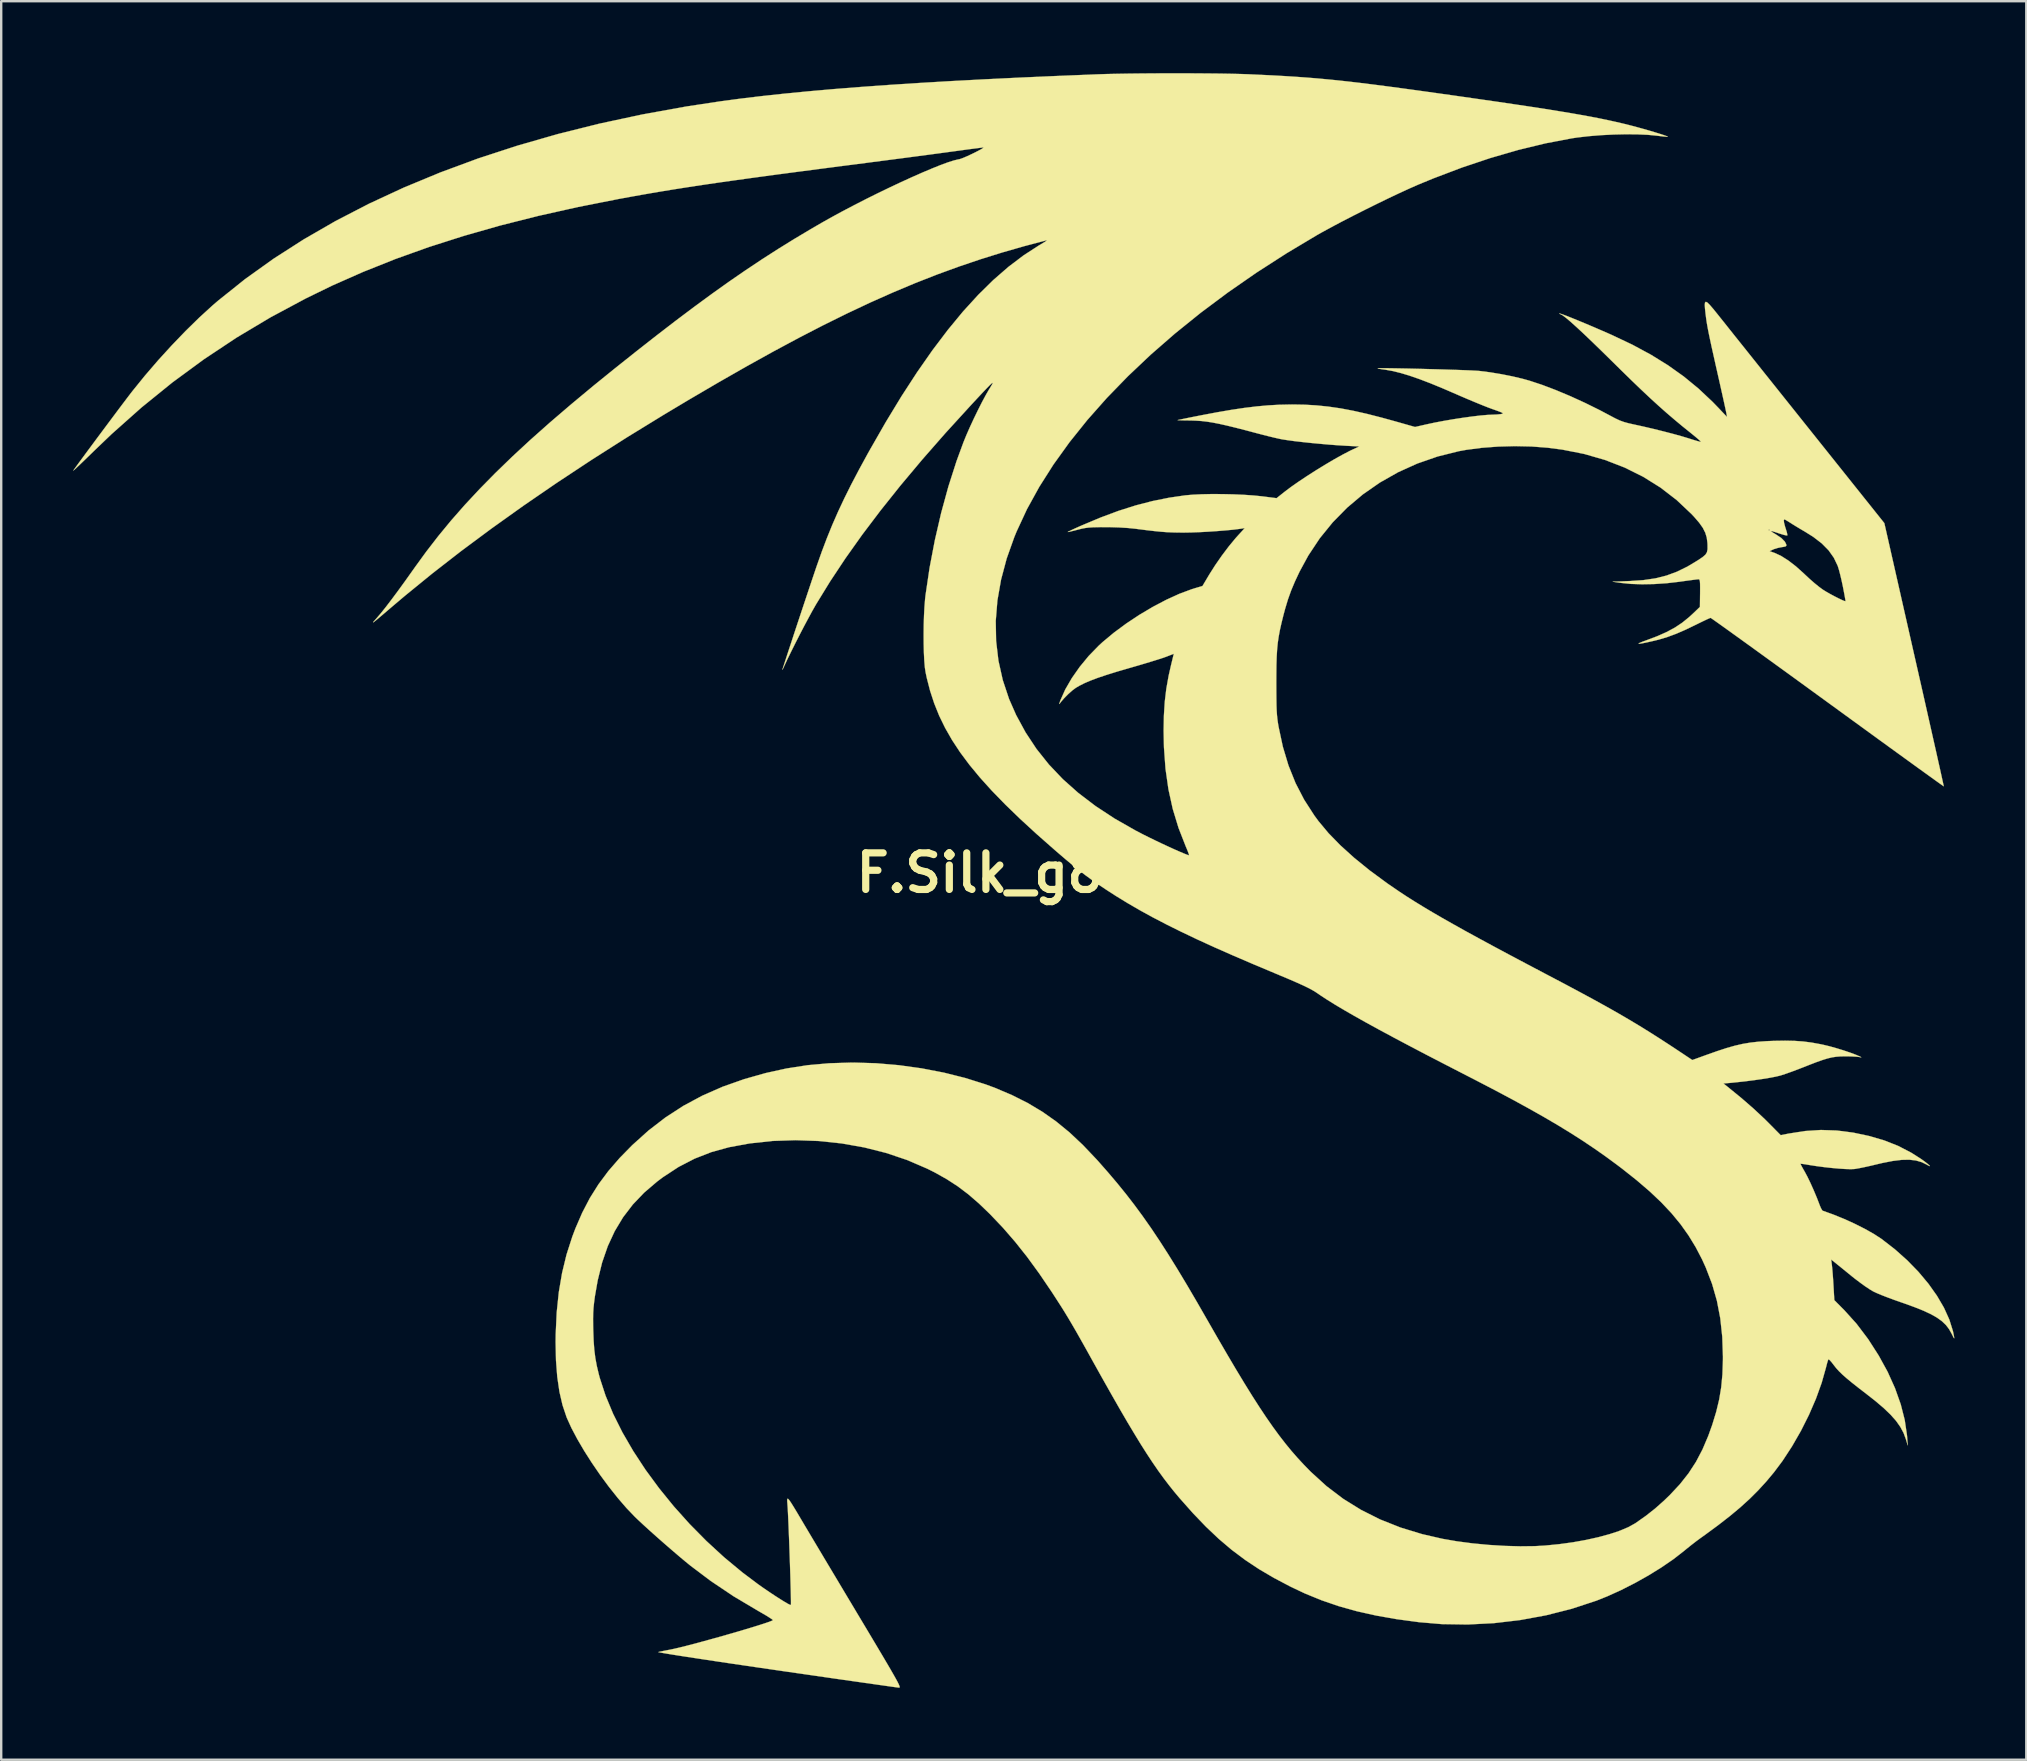
<source format=kicad_pcb>
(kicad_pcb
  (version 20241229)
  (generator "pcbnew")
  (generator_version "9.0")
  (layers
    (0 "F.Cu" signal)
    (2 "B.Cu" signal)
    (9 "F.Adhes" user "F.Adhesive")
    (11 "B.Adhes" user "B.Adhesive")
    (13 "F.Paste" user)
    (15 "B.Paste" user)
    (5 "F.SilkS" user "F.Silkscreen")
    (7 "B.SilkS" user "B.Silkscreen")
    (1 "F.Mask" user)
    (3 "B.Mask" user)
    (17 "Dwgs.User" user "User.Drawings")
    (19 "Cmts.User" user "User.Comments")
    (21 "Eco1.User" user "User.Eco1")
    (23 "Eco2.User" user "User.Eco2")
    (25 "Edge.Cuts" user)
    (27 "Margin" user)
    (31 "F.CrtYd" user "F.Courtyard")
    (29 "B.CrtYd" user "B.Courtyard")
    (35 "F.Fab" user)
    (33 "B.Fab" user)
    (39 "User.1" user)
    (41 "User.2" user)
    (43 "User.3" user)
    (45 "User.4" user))
  (footprint "F.Silk_g858"
    (layer "F.Cu")
    (at 39.225 33.319)
    (property "Reference" "F.Silk_g858" (at 0 0 0) (layer "F.SilkS") (effects (font (size 1.524 1.524) (thickness 0.3))))
    (attr through_hole)
    (fp_poly (pts (xy 7.534 -33.312) (xy 8.074 -33.308) (xy 8.58 -33.303) (xy 9.04 -33.295) (xy 9.44 -33.285) (xy 9.768 -33.274) (xy 9.779 -33.273) (xy 10.302 -33.249) (xy 10.792 -33.225) (xy 11.254 -33.199) (xy 11.698 -33.171) (xy 12.132 -33.14) (xy 12.562 -33.106) (xy 12.997 -33.066) (xy 13.445 -33.022) (xy 13.913 -32.971) (xy 14.41 -32.913) (xy 14.943 -32.847) (xy 15.52 -32.772) (xy 16.149 -32.688) (xy 16.838 -32.594) (xy 17.594 -32.488) (xy 18.426 -32.371) (xy 18.472 -32.364) (xy 19.346 -32.239) (xy 20.143 -32.124) (xy 20.866 -32.017) (xy 21.523 -31.919) (xy 22.118 -31.827) (xy 22.658 -31.74) (xy 23.149 -31.659) (xy 23.594 -31.581) (xy 24.002 -31.507) (xy 24.376 -31.434) (xy 24.724 -31.362) (xy 25.05 -31.29) (xy 25.36 -31.218) (xy 25.66 -31.143) (xy 25.691 -31.135) (xy 25.928 -31.072) (xy 26.178 -31.003) (xy 26.427 -30.932) (xy 26.662 -30.862) (xy 26.872 -30.797) (xy 27.042 -30.742) (xy 27.16 -30.7) (xy 27.213 -30.675) (xy 27.214 -30.671) (xy 27.169 -30.671) (xy 27.057 -30.68) (xy 26.898 -30.698) (xy 26.755 -30.716) (xy 26.379 -30.752) (xy 25.94 -30.771) (xy 25.456 -30.775) (xy 24.947 -30.763) (xy 24.432 -30.737) (xy 23.929 -30.696) (xy 23.458 -30.642) (xy 23.21 -30.605) (xy 22.119 -30.397) (xy 20.988 -30.123) (xy 19.825 -29.786) (xy 18.641 -29.39) (xy 17.445 -28.936) (xy 16.813 -28.676) (xy 16.457 -28.519) (xy 16.042 -28.329) (xy 15.585 -28.113) (xy 15.101 -27.878) (xy 14.606 -27.633) (xy 14.115 -27.385) (xy 13.643 -27.142) (xy 13.208 -26.911) (xy 12.823 -26.701) (xy 12.615 -26.584) (xy 11.321 -25.811) (xy 10.078 -25.011) (xy 8.89 -24.187) (xy 7.757 -23.341) (xy 6.683 -22.475) (xy 5.671 -21.593) (xy 4.723 -20.696) (xy 3.841 -19.788) (xy 3.028 -18.87) (xy 2.286 -17.945) (xy 1.618 -17.016) (xy 1.027 -16.085) (xy 0.514 -15.155) (xy 0.083 -14.227) (xy -0.014 -13.991) (xy -0.332 -13.098) (xy -0.566 -12.218) (xy -0.718 -11.351) (xy -0.787 -10.5) (xy -0.772 -9.663) (xy -0.675 -8.841) (xy -0.495 -8.035) (xy -0.232 -7.245) (xy 0.062 -6.577) (xy 0.458 -5.849) (xy 0.911 -5.164) (xy 1.426 -4.518) (xy 2.005 -3.908) (xy 2.652 -3.332) (xy 3.37 -2.785) (xy 4.162 -2.265) (xy 5.032 -1.769) (xy 5.364 -1.596) (xy 5.607 -1.475) (xy 5.868 -1.348) (xy 6.136 -1.22) (xy 6.399 -1.098) (xy 6.646 -0.985) (xy 6.867 -0.888) (xy 7.05 -0.81) (xy 7.184 -0.757) (xy 7.258 -0.734) (xy 7.268 -0.734) (xy 7.259 -0.777) (xy 7.222 -0.879) (xy 7.164 -1.023) (xy 7.129 -1.105) (xy 6.827 -1.878) (xy 6.587 -2.667) (xy 6.408 -3.482) (xy 6.286 -4.335) (xy 6.221 -5.236) (xy 6.207 -5.927) (xy 6.219 -6.557) (xy 6.255 -7.132) (xy 6.32 -7.676) (xy 6.416 -8.214) (xy 6.512 -8.639) (xy 6.631 -9.129) (xy 6.314 -9.006) (xy 6.191 -8.962) (xy 6 -8.9) (xy 5.755 -8.824) (xy 5.469 -8.737) (xy 5.156 -8.644) (xy 4.83 -8.55) (xy 4.766 -8.531) (xy 4.261 -8.384) (xy 3.831 -8.25) (xy 3.467 -8.128) (xy 3.162 -8.013) (xy 2.907 -7.904) (xy 2.694 -7.796) (xy 2.547 -7.709) (xy 2.401 -7.6) (xy 2.234 -7.451) (xy 2.071 -7.287) (xy 1.936 -7.132) (xy 1.874 -7.047) (xy 1.859 -7.036) (xy 1.873 -7.093) (xy 1.905 -7.186) (xy 2.109 -7.643) (xy 2.382 -8.114) (xy 2.712 -8.585) (xy 3.088 -9.041) (xy 3.5 -9.465) (xy 3.661 -9.613) (xy 4.135 -10.008) (xy 4.653 -10.391) (xy 5.199 -10.753) (xy 5.759 -11.085) (xy 6.316 -11.378) (xy 6.857 -11.625) (xy 7.366 -11.815) (xy 7.515 -11.862) (xy 7.825 -11.953) (xy 8.108 -12.429) (xy 8.354 -12.817) (xy 8.633 -13.219) (xy 8.925 -13.606) (xy 9.212 -13.953) (xy 9.318 -14.071) (xy 9.586 -14.363) (xy 9.397 -14.336) (xy 9.139 -14.303) (xy 8.818 -14.272) (xy 8.458 -14.243) (xy 8.079 -14.217) (xy 7.705 -14.197) (xy 7.358 -14.184) (xy 7.07 -14.179) (xy 6.806 -14.18) (xy 6.569 -14.186) (xy 6.34 -14.196) (xy 6.103 -14.214) (xy 5.84 -14.24) (xy 5.534 -14.275) (xy 5.166 -14.321) (xy 5.038 -14.338) (xy 4.725 -14.37) (xy 4.357 -14.393) (xy 3.966 -14.405) (xy 3.768 -14.406) (xy 3.484 -14.404) (xy 3.264 -14.399) (xy 3.09 -14.388) (xy 2.941 -14.369) (xy 2.797 -14.341) (xy 2.638 -14.302) (xy 2.625 -14.298) (xy 2.453 -14.254) (xy 2.315 -14.221) (xy 2.229 -14.203) (xy 2.21 -14.202) (xy 2.242 -14.222) (xy 2.339 -14.27) (xy 2.487 -14.339) (xy 2.674 -14.423) (xy 2.782 -14.471) (xy 3.576 -14.804) (xy 4.325 -15.083) (xy 5.043 -15.311) (xy 5.745 -15.493) (xy 6.446 -15.634) (xy 7.106 -15.73) (xy 7.415 -15.757) (xy 7.789 -15.775) (xy 8.209 -15.784) (xy 8.654 -15.782) (xy 9.107 -15.772) (xy 9.548 -15.753) (xy 9.957 -15.725) (xy 10.315 -15.689) (xy 10.335 -15.686) (xy 10.913 -15.613) (xy 11.244 -15.876) (xy 11.508 -16.075) (xy 11.826 -16.298) (xy 12.183 -16.536) (xy 12.562 -16.778) (xy 12.947 -17.014) (xy 13.321 -17.235) (xy 13.67 -17.429) (xy 13.975 -17.588) (xy 14.113 -17.653) (xy 14.361 -17.767) (xy 13.83 -17.795) (xy 13.483 -17.816) (xy 13.109 -17.844) (xy 12.723 -17.878) (xy 12.34 -17.914) (xy 11.974 -17.953) (xy 11.641 -17.992) (xy 11.356 -18.031) (xy 11.133 -18.066) (xy 11.049 -18.083) (xy 10.844 -18.129) (xy 10.591 -18.19) (xy 10.323 -18.258) (xy 10.097 -18.317) (xy 9.608 -18.447) (xy 9.19 -18.554) (xy 8.832 -18.641) (xy 8.523 -18.71) (xy 8.252 -18.763) (xy 8.009 -18.801) (xy 7.784 -18.827) (xy 7.565 -18.842) (xy 7.342 -18.85) (xy 7.272 -18.851) (xy 7.08 -18.853) (xy 6.924 -18.857) (xy 6.82 -18.861) (xy 6.786 -18.865) (xy 6.828 -18.875) (xy 6.942 -18.899) (xy 7.116 -18.935) (xy 7.337 -18.98) (xy 7.596 -19.031) (xy 7.768 -19.065) (xy 8.435 -19.191) (xy 9.035 -19.294) (xy 9.579 -19.375) (xy 10.082 -19.436) (xy 10.557 -19.479) (xy 11.017 -19.505) (xy 11.474 -19.515) (xy 11.584 -19.516) (xy 12.09 -19.507) (xy 12.582 -19.478) (xy 13.072 -19.428) (xy 13.576 -19.355) (xy 14.105 -19.255) (xy 14.674 -19.127) (xy 15.295 -18.968) (xy 15.866 -18.811) (xy 16.682 -18.579) (xy 17.157 -18.687) (xy 17.506 -18.762) (xy 17.887 -18.834) (xy 18.284 -18.902) (xy 18.679 -18.963) (xy 19.058 -19.015) (xy 19.403 -19.056) (xy 19.7 -19.082) (xy 19.931 -19.092) (xy 19.944 -19.092) (xy 20.1 -19.099) (xy 20.245 -19.114) (xy 20.278 -19.12) (xy 20.329 -19.133) (xy 20.341 -19.151) (xy 20.305 -19.176) (xy 20.213 -19.215) (xy 20.056 -19.273) (xy 19.913 -19.323) (xy 19.726 -19.392) (xy 19.481 -19.489) (xy 19.197 -19.605) (xy 18.891 -19.733) (xy 18.583 -19.865) (xy 18.436 -19.929) (xy 17.849 -20.183) (xy 17.327 -20.398) (xy 16.864 -20.575) (xy 16.451 -20.718) (xy 16.081 -20.829) (xy 15.746 -20.911) (xy 15.439 -20.966) (xy 15.354 -20.977) (xy 15.226 -20.996) (xy 15.143 -21.013) (xy 15.124 -21.022) (xy 15.17 -21.027) (xy 15.292 -21.028) (xy 15.478 -21.028) (xy 15.719 -21.025) (xy 16.005 -21.02) (xy 16.328 -21.014) (xy 16.675 -21.006) (xy 17.039 -20.997) (xy 17.408 -20.987) (xy 17.774 -20.977) (xy 18.125 -20.966) (xy 18.454 -20.956) (xy 18.749 -20.945) (xy 19.001 -20.935) (xy 19.199 -20.925) (xy 19.335 -20.916) (xy 19.367 -20.913) (xy 19.808 -20.857) (xy 20.275 -20.78) (xy 20.739 -20.688) (xy 21.169 -20.586) (xy 21.447 -20.509) (xy 21.974 -20.335) (xy 22.55 -20.116) (xy 23.156 -19.862) (xy 23.772 -19.58) (xy 24.381 -19.279) (xy 24.8 -19.057) (xy 25.026 -18.937) (xy 25.212 -18.85) (xy 25.388 -18.786) (xy 25.584 -18.732) (xy 25.776 -18.689) (xy 26.188 -18.599) (xy 26.616 -18.499) (xy 27.039 -18.394) (xy 27.439 -18.29) (xy 27.796 -18.191) (xy 28.091 -18.102) (xy 28.109 -18.096) (xy 28.295 -18.037) (xy 28.45 -17.992) (xy 28.556 -17.964) (xy 28.598 -17.959) (xy 28.573 -17.989) (xy 28.493 -18.062) (xy 28.369 -18.167) (xy 28.213 -18.295) (xy 28.161 -18.337) (xy 27.813 -18.617) (xy 27.481 -18.894) (xy 27.153 -19.175) (xy 26.821 -19.47) (xy 26.475 -19.786) (xy 26.106 -20.133) (xy 25.704 -20.519) (xy 25.26 -20.953) (xy 24.956 -21.253) (xy 24.486 -21.715) (xy 24.073 -22.116) (xy 23.717 -22.456) (xy 23.415 -22.737) (xy 23.168 -22.959) (xy 22.974 -23.123) (xy 22.833 -23.229) (xy 22.744 -23.279) (xy 22.723 -23.283) (xy 22.695 -23.299) (xy 22.7 -23.307) (xy 22.745 -23.298) (xy 22.858 -23.26) (xy 23.03 -23.195) (xy 23.25 -23.107) (xy 23.509 -23.001) (xy 23.798 -22.881) (xy 24.108 -22.75) (xy 24.427 -22.612) (xy 24.748 -22.472) (xy 24.892 -22.408) (xy 25.738 -22.007) (xy 26.511 -21.59) (xy 27.221 -21.151) (xy 27.879 -20.683) (xy 28.495 -20.177) (xy 29.08 -19.626) (xy 29.329 -19.369) (xy 29.682 -18.996) (xy 29.653 -19.16) (xy 29.636 -19.241) (xy 29.604 -19.392) (xy 29.558 -19.604) (xy 29.5 -19.866) (xy 29.433 -20.166) (xy 29.36 -20.493) (xy 29.308 -20.722) (xy 29.201 -21.195) (xy 29.112 -21.595) (xy 29.037 -21.93) (xy 28.977 -22.21) (xy 28.928 -22.443) (xy 28.889 -22.639) (xy 28.858 -22.806) (xy 28.833 -22.954) (xy 28.813 -23.091) (xy 28.796 -23.226) (xy 28.788 -23.285) (xy 28.764 -23.506) (xy 28.754 -23.666) (xy 28.764 -23.762) (xy 28.798 -23.795) (xy 28.862 -23.765) (xy 28.96 -23.669) (xy 29.099 -23.508) (xy 29.283 -23.281) (xy 29.34 -23.209) (xy 29.436 -23.089) (xy 29.581 -22.908) (xy 29.77 -22.67) (xy 30 -22.381) (xy 30.268 -22.046) (xy 30.568 -21.67) (xy 30.897 -21.258) (xy 31.251 -20.814) (xy 31.627 -20.344) (xy 32.019 -19.853) (xy 32.424 -19.346) (xy 32.838 -18.827) (xy 33.053 -18.558) (xy 36.236 -14.573) (xy 37.478 -9.096) (xy 37.629 -8.431) (xy 37.775 -7.788) (xy 37.914 -7.173) (xy 38.045 -6.591) (xy 38.168 -6.047) (xy 38.281 -5.544) (xy 38.384 -5.089) (xy 38.474 -4.685) (xy 38.552 -4.338) (xy 38.615 -4.053) (xy 38.663 -3.833) (xy 38.696 -3.685) (xy 38.711 -3.613) (xy 38.712 -3.607) (xy 38.677 -3.63) (xy 38.578 -3.7) (xy 38.418 -3.814) (xy 38.201 -3.97) (xy 37.931 -4.164) (xy 37.612 -4.394) (xy 37.248 -4.658) (xy 36.843 -4.951) (xy 36.4 -5.272) (xy 35.923 -5.618) (xy 35.417 -5.986) (xy 34.884 -6.373) (xy 34.33 -6.776) (xy 33.871 -7.11) (xy 33.301 -7.524) (xy 32.75 -7.925) (xy 32.221 -8.309) (xy 31.718 -8.673) (xy 31.246 -9.015) (xy 30.808 -9.332) (xy 30.407 -9.621) (xy 30.049 -9.879) (xy 29.736 -10.104) (xy 29.474 -10.292) (xy 29.264 -10.441) (xy 29.113 -10.548) (xy 29.023 -10.61) (xy 28.997 -10.626) (xy 28.946 -10.608) (xy 28.834 -10.558) (xy 28.676 -10.483) (xy 28.485 -10.39) (xy 28.394 -10.345) (xy 27.953 -10.132) (xy 27.561 -9.962) (xy 27.198 -9.828) (xy 26.845 -9.722) (xy 26.658 -9.675) (xy 26.371 -9.61) (xy 26.164 -9.567) (xy 26.038 -9.547) (xy 25.992 -9.551) (xy 26.027 -9.577) (xy 26.143 -9.626) (xy 26.31 -9.687) (xy 26.772 -9.861) (xy 27.166 -10.036) (xy 27.508 -10.22) (xy 27.814 -10.424) (xy 28.1 -10.656) (xy 28.244 -10.788) (xy 28.552 -11.082) (xy 28.559 -11.658) (xy 28.56 -11.891) (xy 28.558 -12.052) (xy 28.551 -12.153) (xy 28.536 -12.209) (xy 28.514 -12.232) (xy 28.496 -12.234) (xy 28.433 -12.229) (xy 28.301 -12.213) (xy 28.115 -12.188) (xy 27.891 -12.158) (xy 27.686 -12.129) (xy 27.175 -12.07) (xy 26.656 -12.035) (xy 26.152 -12.025) (xy 25.683 -12.04) (xy 25.274 -12.081) (xy 25.273 -12.081) (xy 24.913 -12.132) (xy 25.633 -12.16) (xy 26.194 -12.198) (xy 26.695 -12.272) (xy 27.156 -12.387) (xy 27.596 -12.549) (xy 28.034 -12.764) (xy 28.49 -13.039) (xy 28.502 -13.047) (xy 28.673 -13.164) (xy 28.784 -13.261) (xy 28.845 -13.362) (xy 28.854 -13.405) (xy 31.456 -13.405) (xy 31.663 -13.332) (xy 31.929 -13.21) (xy 32.229 -13.02) (xy 32.553 -12.771) (xy 32.89 -12.468) (xy 32.935 -12.425) (xy 33.125 -12.248) (xy 33.325 -12.073) (xy 33.515 -11.919) (xy 33.671 -11.804) (xy 33.69 -11.792) (xy 33.829 -11.706) (xy 33.994 -11.613) (xy 34.168 -11.52) (xy 34.333 -11.436) (xy 34.475 -11.369) (xy 34.575 -11.328) (xy 34.618 -11.32) (xy 34.614 -11.363) (xy 34.595 -11.475) (xy 34.565 -11.639) (xy 34.526 -11.842) (xy 34.507 -11.941) (xy 34.455 -12.183) (xy 34.4 -12.417) (xy 34.347 -12.62) (xy 34.301 -12.769) (xy 34.292 -12.795) (xy 34.131 -13.132) (xy 33.913 -13.44) (xy 33.63 -13.727) (xy 33.275 -14) (xy 32.935 -14.213) (xy 32.744 -14.325) (xy 32.548 -14.443) (xy 32.38 -14.547) (xy 32.334 -14.577) (xy 32.209 -14.655) (xy 32.114 -14.711) (xy 32.07 -14.732) (xy 32.07 -14.732) (xy 32.047 -14.695) (xy 32.057 -14.592) (xy 32.098 -14.433) (xy 32.131 -14.33) (xy 32.172 -14.197) (xy 32.193 -14.098) (xy 32.192 -14.059) (xy 32.144 -14.061) (xy 32.036 -14.087) (xy 31.89 -14.131) (xy 31.843 -14.147) (xy 31.691 -14.198) (xy 31.573 -14.233) (xy 31.51 -14.247) (xy 31.504 -14.246) (xy 31.531 -14.22) (xy 31.613 -14.166) (xy 31.717 -14.104) (xy 31.944 -13.952) (xy 32.09 -13.804) (xy 32.148 -13.69) (xy 32.156 -13.636) (xy 32.125 -13.604) (xy 32.037 -13.583) (xy 31.96 -13.572) (xy 31.8 -13.54) (xy 31.649 -13.494) (xy 31.601 -13.474) (xy 31.456 -13.405) (xy 28.854 -13.405) (xy 28.87 -13.488) (xy 28.869 -13.664) (xy 28.865 -13.749) (xy 28.837 -13.969) (xy 28.776 -14.172) (xy 28.718 -14.287) (xy 31.411 -14.287) (xy 31.433 -14.266) (xy 31.454 -14.287) (xy 31.433 -14.309) (xy 31.411 -14.287) (xy 28.718 -14.287) (xy 28.674 -14.375) (xy 28.521 -14.591) (xy 28.311 -14.835) (xy 28.2 -14.953) (xy 27.584 -15.534) (xy 26.914 -16.051) (xy 26.192 -16.502) (xy 25.419 -16.887) (xy 24.599 -17.205) (xy 23.732 -17.455) (xy 22.821 -17.635) (xy 22.208 -17.715) (xy 21.539 -17.766) (xy 20.842 -17.781) (xy 20.141 -17.762) (xy 19.46 -17.711) (xy 18.822 -17.627) (xy 18.502 -17.569) (xy 17.622 -17.349) (xy 16.78 -17.057) (xy 15.978 -16.695) (xy 15.221 -16.266) (xy 14.513 -15.774) (xy 13.856 -15.22) (xy 13.255 -14.609) (xy 12.713 -13.942) (xy 12.235 -13.222) (xy 11.871 -12.552) (xy 11.678 -12.141) (xy 11.521 -11.767) (xy 11.389 -11.399) (xy 11.27 -11.004) (xy 11.197 -10.732) (xy 11.117 -10.408) (xy 11.052 -10.119) (xy 11.002 -9.849) (xy 10.963 -9.584) (xy 10.936 -9.306) (xy 10.918 -9.002) (xy 10.907 -8.655) (xy 10.903 -8.25) (xy 10.902 -7.916) (xy 10.903 -7.533) (xy 10.906 -7.222) (xy 10.91 -6.968) (xy 10.918 -6.759) (xy 10.93 -6.582) (xy 10.946 -6.422) (xy 10.967 -6.267) (xy 10.994 -6.104) (xy 10.995 -6.096) (xy 11.175 -5.256) (xy 11.41 -4.474) (xy 11.704 -3.742) (xy 12.062 -3.05) (xy 12.486 -2.392) (xy 12.658 -2.158) (xy 13.074 -1.659) (xy 13.572 -1.148) (xy 14.148 -0.627) (xy 14.8 -0.098) (xy 15.526 0.436) (xy 16.044 0.791) (xy 16.349 0.991) (xy 16.673 1.196) (xy 17.022 1.41) (xy 17.402 1.637) (xy 17.817 1.878) (xy 18.272 2.136) (xy 18.771 2.415) (xy 19.321 2.716) (xy 19.926 3.044) (xy 20.591 3.4) (xy 21.321 3.787) (xy 22.12 4.209) (xy 22.288 4.297) (xy 22.975 4.659) (xy 23.594 4.99) (xy 24.157 5.295) (xy 24.673 5.58) (xy 25.151 5.851) (xy 25.601 6.114) (xy 26.032 6.372) (xy 26.455 6.634) (xy 26.879 6.903) (xy 27.314 7.186) (xy 27.569 7.354) (xy 28.235 7.797) (xy 28.818 7.586) (xy 29.268 7.427) (xy 29.659 7.299) (xy 30.008 7.2) (xy 30.333 7.125) (xy 30.653 7.071) (xy 30.984 7.034) (xy 31.345 7.01) (xy 31.653 6.998) (xy 32.103 6.991) (xy 32.495 6.999) (xy 32.853 7.024) (xy 33.203 7.069) (xy 33.57 7.136) (xy 33.69 7.161) (xy 33.948 7.223) (xy 34.242 7.305) (xy 34.544 7.398) (xy 34.828 7.494) (xy 35.066 7.584) (xy 35.139 7.616) (xy 35.246 7.664) (xy 35.279 7.685) (xy 35.243 7.682) (xy 35.179 7.67) (xy 35.074 7.658) (xy 34.91 7.649) (xy 34.713 7.643) (xy 34.586 7.643) (xy 34.396 7.647) (xy 34.223 7.661) (xy 34.052 7.687) (xy 33.869 7.731) (xy 33.66 7.795) (xy 33.411 7.883) (xy 33.108 8) (xy 32.877 8.091) (xy 32.628 8.188) (xy 32.374 8.283) (xy 32.14 8.366) (xy 31.951 8.428) (xy 31.897 8.445) (xy 31.712 8.489) (xy 31.458 8.538) (xy 31.15 8.588) (xy 30.804 8.638) (xy 30.434 8.685) (xy 30.056 8.726) (xy 29.848 8.747) (xy 29.534 8.775) (xy 29.699 8.907) (xy 30.274 9.376) (xy 30.795 9.829) (xy 31.252 10.257) (xy 31.4 10.404) (xy 31.918 10.928) (xy 32.247 10.862) (xy 32.931 10.755) (xy 33.595 10.712) (xy 34.257 10.734) (xy 34.936 10.821) (xy 35.606 10.963) (xy 36.237 11.148) (xy 36.812 11.375) (xy 37.352 11.655) (xy 37.749 11.907) (xy 37.895 12.01) (xy 38.012 12.1) (xy 38.094 12.169) (xy 38.133 12.211) (xy 38.121 12.218) (xy 38.052 12.184) (xy 38.015 12.162) (xy 37.794 12.053) (xy 37.55 11.982) (xy 37.274 11.95) (xy 36.957 11.957) (xy 36.588 12.002) (xy 36.158 12.086) (xy 35.92 12.142) (xy 35.669 12.202) (xy 35.426 12.256) (xy 35.211 12.3) (xy 35.045 12.33) (xy 34.986 12.338) (xy 34.834 12.344) (xy 34.615 12.338) (xy 34.346 12.321) (xy 34.045 12.294) (xy 33.727 12.259) (xy 33.41 12.217) (xy 33.111 12.171) (xy 33.107 12.17) (xy 32.945 12.143) (xy 32.819 12.125) (xy 32.749 12.118) (xy 32.741 12.119) (xy 32.757 12.157) (xy 32.806 12.251) (xy 32.88 12.383) (xy 32.917 12.446) (xy 33.03 12.657) (xy 33.16 12.926) (xy 33.295 13.228) (xy 33.426 13.54) (xy 33.541 13.839) (xy 33.548 13.857) (xy 33.599 13.976) (xy 33.648 14.058) (xy 33.67 14.077) (xy 34.111 14.235) (xy 34.563 14.419) (xy 35.007 14.621) (xy 35.425 14.832) (xy 35.798 15.042) (xy 36.107 15.243) (xy 36.119 15.251) (xy 36.676 15.683) (xy 37.191 16.142) (xy 37.658 16.622) (xy 38.072 17.116) (xy 38.428 17.618) (xy 38.721 18.119) (xy 38.945 18.614) (xy 39.095 19.094) (xy 39.134 19.283) (xy 39.147 19.368) (xy 39.144 19.394) (xy 39.119 19.357) (xy 39.065 19.251) (xy 39.039 19.198) (xy 38.932 19.008) (xy 38.801 18.837) (xy 38.637 18.68) (xy 38.433 18.532) (xy 38.18 18.388) (xy 37.87 18.243) (xy 37.496 18.093) (xy 37.049 17.931) (xy 36.915 17.885) (xy 36.64 17.788) (xy 36.37 17.688) (xy 36.123 17.592) (xy 35.918 17.506) (xy 35.775 17.439) (xy 35.772 17.438) (xy 35.63 17.353) (xy 35.442 17.228) (xy 35.229 17.074) (xy 35.007 16.906) (xy 34.868 16.796) (xy 34.669 16.633) (xy 34.483 16.482) (xy 34.324 16.353) (xy 34.207 16.258) (xy 34.152 16.214) (xy 34.022 16.108) (xy 34.053 16.362) (xy 34.067 16.501) (xy 34.084 16.7) (xy 34.101 16.933) (xy 34.116 17.176) (xy 34.118 17.209) (xy 34.152 17.801) (xy 34.579 18.232) (xy 35.08 18.788) (xy 35.56 19.423) (xy 35.999 20.106) (xy 36.373 20.787) (xy 36.68 21.468) (xy 36.919 22.141) (xy 37.086 22.796) (xy 37.179 23.426) (xy 37.187 23.516) (xy 37.211 23.855) (xy 37.133 23.593) (xy 37.037 23.334) (xy 36.902 23.082) (xy 36.723 22.829) (xy 36.491 22.568) (xy 36.202 22.291) (xy 35.848 21.991) (xy 35.502 21.72) (xy 35.166 21.461) (xy 34.89 21.243) (xy 34.666 21.058) (xy 34.486 20.899) (xy 34.341 20.757) (xy 34.222 20.625) (xy 34.122 20.497) (xy 34.029 20.377) (xy 33.954 20.295) (xy 33.909 20.266) (xy 33.905 20.268) (xy 33.883 20.321) (xy 33.849 20.435) (xy 33.81 20.586) (xy 33.803 20.616) (xy 33.625 21.246) (xy 33.387 21.907) (xy 33.096 22.579) (xy 32.761 23.247) (xy 32.39 23.892) (xy 31.994 24.498) (xy 31.636 24.976) (xy 31.313 25.362) (xy 30.978 25.728) (xy 30.621 26.084) (xy 30.23 26.439) (xy 29.796 26.801) (xy 29.31 27.179) (xy 28.761 27.583) (xy 28.572 27.718) (xy 28.402 27.843) (xy 28.199 28) (xy 27.993 28.165) (xy 27.877 28.261) (xy 27.45 28.593) (xy 26.959 28.93) (xy 26.421 29.264) (xy 25.853 29.583) (xy 25.274 29.878) (xy 24.701 30.138) (xy 24.236 30.324) (xy 23.208 30.662) (xy 22.146 30.931) (xy 21.061 31.131) (xy 19.965 31.26) (xy 18.871 31.316) (xy 17.789 31.299) (xy 16.849 31.219) (xy 15.92 31.094) (xy 15.062 30.943) (xy 14.262 30.764) (xy 13.508 30.553) (xy 12.79 30.307) (xy 12.095 30.023) (xy 11.493 29.738) (xy 10.812 29.379) (xy 10.185 29.011) (xy 9.6 28.622) (xy 9.044 28.205) (xy 8.505 27.748) (xy 7.971 27.242) (xy 7.429 26.677) (xy 6.878 26.056) (xy 6.651 25.786) (xy 6.429 25.508) (xy 6.207 25.217) (xy 5.982 24.907) (xy 5.752 24.572) (xy 5.511 24.207) (xy 5.257 23.807) (xy 4.987 23.365) (xy 4.695 22.877) (xy 4.38 22.336) (xy 4.038 21.737) (xy 3.664 21.075) (xy 3.256 20.344) (xy 3.204 20.25) (xy 2.96 19.811) (xy 2.748 19.434) (xy 2.563 19.107) (xy 2.395 18.818) (xy 2.239 18.554) (xy 2.087 18.304) (xy 1.932 18.056) (xy 1.765 17.797) (xy 1.582 17.514) (xy 1.534 17.441) (xy 1.021 16.686) (xy 0.521 16) (xy 0.021 15.371) (xy -0.486 14.786) (xy -1.012 14.233) (xy -1.03 14.214) (xy -1.491 13.771) (xy -1.933 13.389) (xy -2.374 13.056) (xy -2.834 12.758) (xy -3.33 12.48) (xy -3.646 12.322) (xy -4.474 11.965) (xy -5.35 11.67) (xy -6.264 11.439) (xy -7.205 11.272) (xy -8.163 11.171) (xy -9.128 11.136) (xy -10.089 11.169) (xy -11.035 11.271) (xy -11.896 11.429) (xy -12.633 11.632) (xy -13.332 11.905) (xy -14.003 12.252) (xy -14.652 12.677) (xy -14.898 12.862) (xy -15.436 13.322) (xy -15.907 13.815) (xy -16.315 14.348) (xy -16.662 14.925) (xy -16.952 15.551) (xy -17.188 16.234) (xy -17.372 16.977) (xy -17.488 17.64) (xy -17.522 17.895) (xy -17.546 18.119) (xy -17.559 18.336) (xy -17.564 18.573) (xy -17.562 18.854) (xy -17.557 19.069) (xy -17.541 19.502) (xy -17.513 19.876) (xy -17.47 20.214) (xy -17.409 20.543) (xy -17.327 20.887) (xy -17.286 21.04) (xy -17.045 21.779) (xy -16.729 22.538) (xy -16.343 23.31) (xy -15.892 24.088) (xy -15.382 24.866) (xy -14.816 25.636) (xy -14.202 26.392) (xy -13.543 27.127) (xy -12.845 27.834) (xy -12.114 28.507) (xy -11.354 29.138) (xy -10.689 29.638) (xy -10.456 29.802) (xy -10.219 29.964) (xy -9.99 30.116) (xy -9.778 30.252) (xy -9.595 30.366) (xy -9.451 30.45) (xy -9.357 30.497) (xy -9.324 30.504) (xy -9.32 30.459) (xy -9.32 30.338) (xy -9.323 30.153) (xy -9.328 29.912) (xy -9.336 29.626) (xy -9.345 29.305) (xy -9.356 28.958) (xy -9.368 28.595) (xy -9.381 28.226) (xy -9.394 27.86) (xy -9.408 27.509) (xy -9.421 27.18) (xy -9.434 26.885) (xy -9.446 26.633) (xy -9.457 26.434) (xy -9.467 26.297) (xy -9.467 26.289) (xy -9.476 26.183) (xy -9.476 26.11) (xy -9.464 26.075) (xy -9.436 26.083) (xy -9.387 26.138) (xy -9.313 26.246) (xy -9.21 26.411) (xy -9.072 26.639) (xy -8.897 26.935) (xy -8.878 26.966) (xy -8.78 27.133) (xy -8.642 27.364) (xy -8.47 27.654) (xy -8.267 27.994) (xy -8.038 28.378) (xy -7.788 28.797) (xy -7.52 29.245) (xy -7.24 29.714) (xy -6.951 30.198) (xy -6.658 30.687) (xy -6.548 30.872) (xy -6.222 31.416) (xy -5.937 31.893) (xy -5.691 32.306) (xy -5.48 32.661) (xy -5.304 32.96) (xy -5.158 33.21) (xy -5.041 33.414) (xy -4.949 33.577) (xy -4.881 33.703) (xy -4.834 33.797) (xy -4.805 33.864) (xy -4.791 33.908) (xy -4.791 33.933) (xy -4.802 33.944) (xy -4.818 33.946) (xy -4.874 33.94) (xy -5.008 33.922) (xy -5.216 33.893) (xy -5.491 33.854) (xy -5.829 33.806) (xy -6.225 33.75) (xy -6.672 33.686) (xy -7.167 33.616) (xy -7.702 33.539) (xy -8.274 33.456) (xy -8.877 33.369) (xy -9.506 33.279) (xy -9.937 33.216) (xy -10.584 33.122) (xy -11.203 33.031) (xy -11.79 32.945) (xy -12.341 32.863) (xy -12.85 32.786) (xy -13.313 32.716) (xy -13.724 32.653) (xy -14.079 32.598) (xy -14.372 32.551) (xy -14.6 32.513) (xy -14.757 32.485) (xy -14.838 32.469) (xy -14.848 32.464) (xy -14.765 32.444) (xy -14.623 32.415) (xy -14.448 32.381) (xy -14.372 32.367) (xy -14.199 32.331) (xy -13.971 32.278) (xy -13.697 32.21) (xy -13.386 32.129) (xy -13.048 32.038) (xy -12.69 31.94) (xy -12.322 31.838) (xy -11.954 31.733) (xy -11.595 31.629) (xy -11.252 31.528) (xy -10.936 31.433) (xy -10.656 31.346) (xy -10.42 31.27) (xy -10.238 31.208) (xy -10.119 31.162) (xy -10.072 31.135) (xy -10.071 31.133) (xy -10.107 31.1) (xy -10.204 31.035) (xy -10.351 30.943) (xy -10.536 30.835) (xy -10.687 30.748) (xy -11.712 30.139) (xy -12.667 29.498) (xy -13.517 28.857) (xy -13.74 28.675) (xy -14.005 28.452) (xy -14.298 28.201) (xy -14.606 27.934) (xy -14.914 27.663) (xy -15.208 27.4) (xy -15.474 27.158) (xy -15.699 26.948) (xy -15.826 26.826) (xy -16.176 26.46) (xy -16.539 26.039) (xy -16.906 25.577) (xy -17.267 25.088) (xy -17.612 24.585) (xy -17.933 24.082) (xy -18.22 23.593) (xy -18.464 23.132) (xy -18.655 22.712) (xy -18.67 22.675) (xy -18.837 22.177) (xy -18.966 21.619) (xy -19.057 20.997) (xy -19.11 20.308) (xy -19.126 19.547) (xy -19.122 19.219) (xy -19.08 18.313) (xy -18.992 17.466) (xy -18.856 16.667) (xy -18.67 15.9) (xy -18.43 15.155) (xy -18.302 14.817) (xy -18.016 14.157) (xy -17.699 13.548) (xy -17.339 12.975) (xy -16.928 12.423) (xy -16.455 11.877) (xy -15.934 11.345) (xy -15.253 10.732) (xy -14.542 10.185) (xy -13.796 9.702) (xy -13.007 9.279) (xy -12.167 8.91) (xy -11.268 8.593) (xy -10.374 8.34) (xy -9.501 8.148) (xy -8.626 8.012) (xy -7.729 7.932) (xy -6.785 7.903) (xy -6.71 7.903) (xy -5.774 7.931) (xy -4.825 8.012) (xy -3.878 8.143) (xy -2.949 8.322) (xy -2.056 8.546) (xy -1.213 8.811) (xy -0.804 8.963) (xy -0.103 9.262) (xy 0.545 9.588) (xy 1.151 9.95) (xy 1.728 10.356) (xy 2.289 10.816) (xy 2.845 11.339) (xy 3.41 11.934) (xy 3.482 12.013) (xy 3.884 12.47) (xy 4.266 12.92) (xy 4.631 13.37) (xy 4.986 13.829) (xy 5.335 14.303) (xy 5.684 14.8) (xy 6.038 15.329) (xy 6.403 15.897) (xy 6.784 16.511) (xy 7.186 17.18) (xy 7.614 17.911) (xy 8.001 18.584) (xy 8.443 19.354) (xy 8.85 20.054) (xy 9.225 20.689) (xy 9.573 21.265) (xy 9.896 21.786) (xy 10.199 22.259) (xy 10.485 22.689) (xy 10.758 23.081) (xy 11.021 23.44) (xy 11.278 23.772) (xy 11.532 24.082) (xy 11.788 24.375) (xy 12.049 24.657) (xy 12.318 24.933) (xy 12.341 24.956) (xy 12.993 25.55) (xy 13.689 26.078) (xy 14.434 26.54) (xy 15.229 26.939) (xy 16.078 27.276) (xy 16.983 27.552) (xy 17.828 27.746) (xy 18.431 27.85) (xy 19.077 27.935) (xy 19.746 27.999) (xy 20.415 28.04) (xy 21.064 28.058) (xy 21.67 28.051) (xy 22.098 28.027) (xy 22.687 27.969) (xy 23.262 27.89) (xy 23.812 27.791) (xy 24.329 27.676) (xy 24.802 27.547) (xy 25.22 27.407) (xy 25.575 27.257) (xy 25.855 27.101) (xy 25.869 27.092) (xy 26.303 26.786) (xy 26.687 26.483) (xy 27.055 26.156) (xy 27.308 25.911) (xy 27.722 25.467) (xy 28.079 25.015) (xy 28.388 24.539) (xy 28.659 24.023) (xy 28.902 23.451) (xy 29.065 22.997) (xy 29.231 22.454) (xy 29.355 21.94) (xy 29.44 21.428) (xy 29.49 20.894) (xy 29.51 20.311) (xy 29.511 20.151) (xy 29.483 19.327) (xy 29.4 18.556) (xy 29.26 17.827) (xy 29.059 17.126) (xy 28.795 16.44) (xy 28.641 16.102) (xy 28.375 15.592) (xy 28.079 15.107) (xy 27.748 14.641) (xy 27.373 14.185) (xy 26.948 13.733) (xy 26.467 13.277) (xy 25.922 12.809) (xy 25.307 12.321) (xy 25.082 12.151) (xy 24.626 11.816) (xy 24.16 11.489) (xy 23.677 11.165) (xy 23.171 10.841) (xy 22.633 10.512) (xy 22.057 10.174) (xy 21.434 9.822) (xy 20.759 9.452) (xy 20.023 9.06) (xy 19.22 8.642) (xy 18.86 8.457) (xy 17.982 8.005) (xy 17.178 7.589) (xy 16.444 7.204) (xy 15.778 6.851) (xy 15.176 6.527) (xy 14.635 6.23) (xy 14.152 5.959) (xy 13.723 5.712) (xy 13.347 5.488) (xy 13.019 5.284) (xy 12.737 5.099) (xy 12.605 5.008) (xy 12.496 4.936) (xy 12.365 4.861) (xy 12.206 4.778) (xy 12.008 4.683) (xy 11.763 4.573) (xy 11.462 4.442) (xy 11.096 4.288) (xy 10.848 4.184) (xy 9.93 3.798) (xy 9.085 3.435) (xy 8.308 3.092) (xy 7.592 2.764) (xy 6.931 2.449) (xy 6.317 2.144) (xy 5.745 1.846) (xy 5.209 1.551) (xy 4.701 1.256) (xy 4.214 0.958) (xy 3.81 0.697) (xy 3.501 0.49) (xy 3.222 0.297) (xy 2.958 0.104) (xy 2.695 -0.097) (xy 2.417 -0.321) (xy 2.111 -0.576) (xy 1.761 -0.876) (xy 1.672 -0.953) (xy 0.915 -1.62) (xy 0.228 -2.251) (xy -0.391 -2.85) (xy -0.947 -3.422) (xy -1.443 -3.971) (xy -1.883 -4.503) (xy -2.269 -5.021) (xy -2.605 -5.531) (xy -2.895 -6.038) (xy -3.143 -6.546) (xy -3.35 -7.06) (xy -3.522 -7.584) (xy -3.661 -8.124) (xy -3.711 -8.361) (xy -3.742 -8.569) (xy -3.765 -8.846) (xy -3.781 -9.176) (xy -3.79 -9.545) (xy -3.792 -9.935) (xy -3.788 -10.333) (xy -3.776 -10.722) (xy -3.757 -11.086) (xy -3.731 -11.411) (xy -3.712 -11.578) (xy -3.543 -12.719) (xy -3.324 -13.864) (xy -3.062 -14.997) (xy -2.76 -16.1) (xy -2.422 -17.154) (xy -2.13 -17.949) (xy -2.009 -18.245) (xy -1.862 -18.579) (xy -1.699 -18.93) (xy -1.529 -19.28) (xy -1.362 -19.611) (xy -1.206 -19.902) (xy -1.072 -20.135) (xy -1.062 -20.151) (xy -0.989 -20.269) (xy -0.939 -20.355) (xy -0.915 -20.407) (xy -0.922 -20.42) (xy -0.962 -20.391) (xy -1.039 -20.318) (xy -1.159 -20.196) (xy -1.324 -20.022) (xy -1.538 -19.793) (xy -1.805 -19.506) (xy -1.836 -19.472) (xy -2.881 -18.327) (xy -3.853 -17.218) (xy -4.754 -16.144) (xy -5.585 -15.103) (xy -6.35 -14.092) (xy -7.049 -13.108) (xy -7.685 -12.149) (xy -8.26 -11.213) (xy -8.294 -11.155) (xy -8.432 -10.913) (xy -8.595 -10.612) (xy -8.776 -10.273) (xy -8.963 -9.913) (xy -9.147 -9.551) (xy -9.319 -9.206) (xy -9.47 -8.897) (xy -9.581 -8.657) (xy -9.635 -8.54) (xy -9.67 -8.471) (xy -9.677 -8.465) (xy -9.677 -8.467) (xy -9.646 -8.566) (xy -9.591 -8.736) (xy -9.516 -8.967) (xy -9.424 -9.248) (xy -9.318 -9.569) (xy -9.203 -9.921) (xy -9.08 -10.293) (xy -8.953 -10.676) (xy -8.826 -11.059) (xy -8.701 -11.433) (xy -8.583 -11.787) (xy -8.474 -12.113) (xy -8.378 -12.398) (xy -8.298 -12.635) (xy -8.248 -12.782) (xy -8.035 -13.385) (xy -7.82 -13.953) (xy -7.597 -14.502) (xy -7.359 -15.045) (xy -7.1 -15.597) (xy -6.814 -16.172) (xy -6.493 -16.784) (xy -6.131 -17.448) (xy -6.038 -17.614) (xy -5.372 -18.777) (xy -4.716 -19.857) (xy -4.066 -20.857) (xy -3.424 -21.777) (xy -2.786 -22.62) (xy -2.153 -23.387) (xy -1.521 -24.08) (xy -0.891 -24.7) (xy -0.261 -25.249) (xy 0.371 -25.728) (xy 1.006 -26.14) (xy 1.082 -26.184) (xy 1.217 -26.266) (xy 1.308 -26.326) (xy 1.344 -26.357) (xy 1.333 -26.358) (xy 0.405 -26.114) (xy -0.51 -25.852) (xy -1.417 -25.569) (xy -2.32 -25.264) (xy -3.225 -24.934) (xy -4.138 -24.576) (xy -5.063 -24.188) (xy -6.007 -23.768) (xy -6.974 -23.313) (xy -7.97 -22.821) (xy -9 -22.289) (xy -10.07 -21.715) (xy -11.185 -21.096) (xy -12.349 -20.431) (xy -13.57 -19.716) (xy -14.626 -19.084) (xy -16.15 -18.149) (xy -17.635 -17.204) (xy -19.075 -16.253) (xy -20.463 -15.301) (xy -21.795 -14.35) (xy -23.065 -13.407) (xy -24.266 -12.473) (xy -25.393 -11.554) (xy -25.838 -11.178) (xy -26.12 -10.938) (xy -26.342 -10.748) (xy -26.509 -10.607) (xy -26.626 -10.51) (xy -26.697 -10.455) (xy -26.728 -10.436) (xy -26.722 -10.452) (xy -26.685 -10.498) (xy -26.621 -10.57) (xy -26.571 -10.626) (xy -26.405 -10.82) (xy -26.198 -11.079) (xy -25.956 -11.396) (xy -25.683 -11.763) (xy -25.385 -12.174) (xy -25.066 -12.623) (xy -24.997 -12.721) (xy -24.517 -13.382) (xy -24.011 -14.036) (xy -23.475 -14.687) (xy -22.902 -15.339) (xy -22.29 -15.996) (xy -21.633 -16.664) (xy -20.928 -17.347) (xy -20.17 -18.048) (xy -19.354 -18.773) (xy -18.476 -19.525) (xy -17.532 -20.31) (xy -16.679 -21.001) (xy -15.771 -21.724) (xy -14.916 -22.394) (xy -14.108 -23.016) (xy -13.34 -23.593) (xy -12.605 -24.132) (xy -11.896 -24.637) (xy -11.205 -25.113) (xy -10.526 -25.565) (xy -9.851 -25.998) (xy -9.174 -26.417) (xy -8.487 -26.827) (xy -8.043 -27.085) (xy -7.613 -27.327) (xy -7.156 -27.575) (xy -6.679 -27.825) (xy -6.191 -28.075) (xy -5.698 -28.32) (xy -5.209 -28.556) (xy -4.732 -28.781) (xy -4.273 -28.99) (xy -3.841 -29.181) (xy -3.443 -29.349) (xy -3.087 -29.492) (xy -2.78 -29.605) (xy -2.531 -29.684) (xy -2.347 -29.728) (xy -2.317 -29.732) (xy -2.243 -29.753) (xy -2.123 -29.799) (xy -1.974 -29.863) (xy -1.811 -29.939) (xy -1.648 -30.018) (xy -1.501 -30.094) (xy -1.384 -30.158) (xy -1.313 -30.204) (xy -1.303 -30.224) (xy -1.306 -30.224) (xy -1.362 -30.219) (xy -1.49 -30.203) (xy -1.679 -30.179) (xy -1.92 -30.148) (xy -2.199 -30.11) (xy -2.507 -30.068) (xy -2.576 -30.059) (xy -2.862 -30.02) (xy -3.218 -29.972) (xy -3.63 -29.917) (xy -4.085 -29.857) (xy -4.568 -29.793) (xy -5.066 -29.728) (xy -5.566 -29.663) (xy -6.053 -29.6) (xy -6.117 -29.591) (xy -7.12 -29.462) (xy -8.044 -29.342) (xy -8.895 -29.231) (xy -9.68 -29.127) (xy -10.404 -29.03) (xy -11.072 -28.939) (xy -11.69 -28.853) (xy -12.265 -28.772) (xy -12.801 -28.694) (xy -13.304 -28.619) (xy -13.781 -28.545) (xy -14.237 -28.473) (xy -14.677 -28.401) (xy -15.108 -28.328) (xy -15.535 -28.254) (xy -15.964 -28.177) (xy -16.4 -28.097) (xy -16.468 -28.085) (xy -18.198 -27.743) (xy -19.852 -27.373) (xy -21.435 -26.973) (xy -22.95 -26.541) (xy -24.404 -26.077) (xy -25.799 -25.578) (xy -27.14 -25.043) (xy -28.432 -24.472) (xy -29.528 -23.938) (xy -30.999 -23.15) (xy -32.412 -22.307) (xy -33.774 -21.403) (xy -35.092 -20.435) (xy -36.373 -19.397) (xy -37.623 -18.285) (xy -38.371 -17.569) (xy -38.593 -17.352) (xy -38.792 -17.16) (xy -38.961 -16.998) (xy -39.094 -16.873) (xy -39.182 -16.792) (xy -39.22 -16.762) (xy -39.22 -16.764) (xy -39.181 -16.821) (xy -39.098 -16.937) (xy -38.976 -17.104) (xy -38.822 -17.314) (xy -38.642 -17.558) (xy -38.441 -17.829) (xy -38.227 -18.118) (xy -38.005 -18.416) (xy -37.782 -18.715) (xy -37.563 -19.008) (xy -37.356 -19.285) (xy -37.165 -19.539) (xy -36.997 -19.761) (xy -36.859 -19.942) (xy -36.756 -20.076) (xy -36.747 -20.087) (xy -36.235 -20.719) (xy -35.688 -21.355) (xy -35.12 -21.978) (xy -34.544 -22.577) (xy -33.974 -23.135) (xy -33.424 -23.638) (xy -33.186 -23.843) (xy -32.068 -24.737) (xy -30.877 -25.589) (xy -29.617 -26.397) (xy -28.29 -27.162) (xy -26.898 -27.882) (xy -25.442 -28.557) (xy -23.926 -29.185) (xy -22.352 -29.767) (xy -20.721 -30.299) (xy -19.036 -30.783) (xy -17.3 -31.217) (xy -15.514 -31.6) (xy -13.68 -31.932) (xy -12.255 -32.148) (xy -11.423 -32.259) (xy -10.54 -32.365) (xy -9.602 -32.466) (xy -8.608 -32.563) (xy -7.555 -32.656) (xy -6.439 -32.744) (xy -5.258 -32.829) (xy -4.01 -32.91) (xy -2.69 -32.988) (xy -1.298 -33.062) (xy 0.171 -33.134) (xy 1.718 -33.202) (xy 3.348 -33.268) (xy 3.471 -33.273) (xy 3.837 -33.285) (xy 4.269 -33.294) (xy 4.753 -33.302) (xy 5.278 -33.308) (xy 5.831 -33.312) (xy 6.4 -33.314) (xy 6.971 -33.314) (xy 7.534 -33.312)) (stroke (width 0.01) (type solid)) (fill yes) (layer "F.SilkS")))
  (gr_rect
    (start -3 -3)
    (end 81.376 70.27)
    (stroke (width 0.1) (type default))
    (fill no)
    (layer "Edge.Cuts")))
</source>
